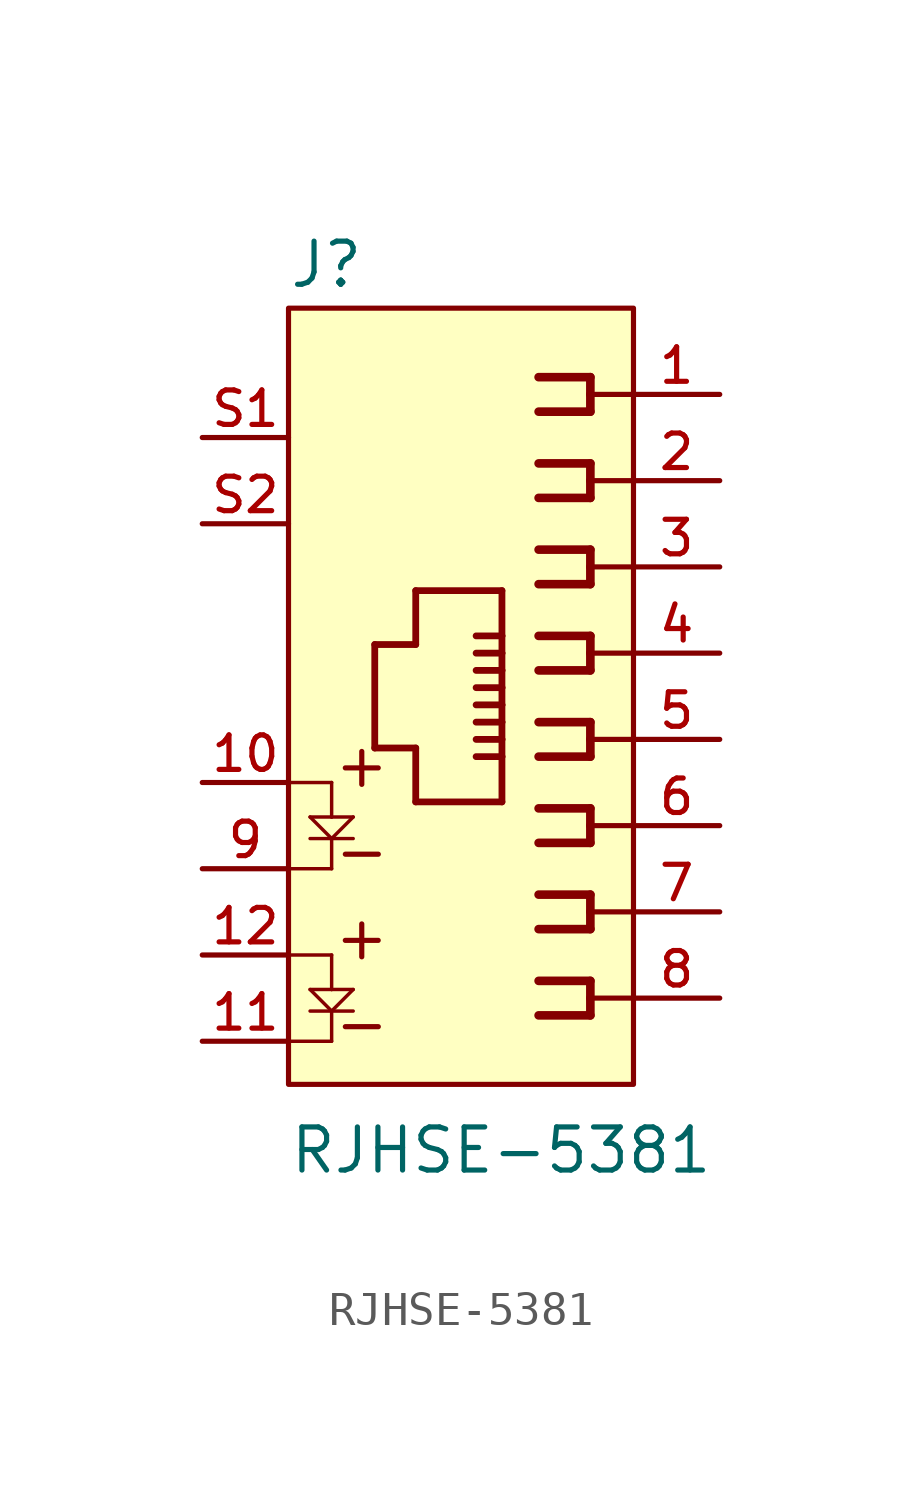
<source format=kicad_sym>
(kicad_symbol_lib
  (version 20220914)
  (generator kicad_symbol_editor)
  (symbol "RJHSE-5381"
    (pin_names
      (offset 1.016))
    (property "Reference" "J"
      (at -5.094 11.971 0)
      (effects (font (size 1.27 1.27)) (justify left bottom)))
    (property "Value" "RJHSE-5381"
      (at -5.087 -14.117 0)
      (effects (font (size 1.27 1.27)) (justify left bottom)))
    (symbol "RJHSE-5381_0_0"
      (rectangle (start -5.08 11.43) (end 5.08 -11.43) (stroke (width 0.152) (type default)) (fill (type background)))
      (polyline (pts (xy -5.08 -10.16) (xy -3.81 -10.16)) (stroke (width 0.102) (type default)) (fill (type none)))
      (polyline (pts (xy -5.08 -7.62) (xy -3.81 -7.62)) (stroke (width 0.102) (type default)) (fill (type none)))
      (polyline (pts (xy -5.08 -5.08) (xy -3.81 -5.08)) (stroke (width 0.102) (type default)) (fill (type none)))
      (polyline (pts (xy -5.08 -2.54) (xy -3.81 -2.54)) (stroke (width 0.102) (type default)) (fill (type none)))
      (polyline (pts (xy -4.445 -9.271) (xy -3.81 -9.271)) (stroke (width 0.102) (type default)) (fill (type none)))
      (polyline (pts (xy -4.445 -8.636) (xy -3.81 -8.636)) (stroke (width 0.102) (type default)) (fill (type none)))
      (polyline (pts (xy -4.445 -4.191) (xy -3.81 -4.191)) (stroke (width 0.102) (type default)) (fill (type none)))
      (polyline (pts (xy -4.445 -3.556) (xy -3.81 -3.556)) (stroke (width 0.102) (type default)) (fill (type none)))
      (polyline (pts (xy -3.81 -10.16) (xy -3.81 -9.271)) (stroke (width 0.102) (type default)) (fill (type none)))
      (polyline (pts (xy -3.81 -9.271) (xy -4.445 -8.636)) (stroke (width 0.102) (type default)) (fill (type none)))
      (polyline (pts (xy -3.81 -9.271) (xy -3.175 -9.271)) (stroke (width 0.102) (type default)) (fill (type none)))
      (polyline (pts (xy -3.81 -8.636) (xy -3.175 -8.636)) (stroke (width 0.102) (type default)) (fill (type none)))
      (polyline (pts (xy -3.81 -7.62) (xy -3.81 -8.636)) (stroke (width 0.102) (type default)) (fill (type none)))
      (polyline (pts (xy -3.81 -5.08) (xy -3.81 -4.191)) (stroke (width 0.102) (type default)) (fill (type none)))
      (polyline (pts (xy -3.81 -4.191) (xy -4.445 -3.556)) (stroke (width 0.102) (type default)) (fill (type none)))
      (polyline (pts (xy -3.81 -4.191) (xy -3.175 -4.191)) (stroke (width 0.102) (type default)) (fill (type none)))
      (polyline (pts (xy -3.81 -3.556) (xy -3.175 -3.556)) (stroke (width 0.102) (type default)) (fill (type none)))
      (polyline (pts (xy -3.81 -2.54) (xy -3.81 -3.556)) (stroke (width 0.102) (type default)) (fill (type none)))
      (polyline (pts (xy -3.175 -8.636) (xy -3.81 -9.271)) (stroke (width 0.102) (type default)) (fill (type none)))
      (polyline (pts (xy -3.175 -3.556) (xy -3.81 -4.191)) (stroke (width 0.102) (type default)) (fill (type none)))
      (polyline (pts (xy -2.54 -1.524) (xy -2.54 1.524)) (stroke (width 0.2) (type default)) (fill (type none)))
      (polyline (pts (xy -2.54 1.524) (xy -1.333 1.524)) (stroke (width 0.2) (type default)) (fill (type none)))
      (polyline (pts (xy -1.333 -3.111) (xy -1.333 -1.524)) (stroke (width 0.2) (type default)) (fill (type none)))
      (polyline (pts (xy -1.333 -1.524) (xy -2.54 -1.524)) (stroke (width 0.2) (type default)) (fill (type none)))
      (polyline (pts (xy -1.333 1.524) (xy -1.333 3.111)) (stroke (width 0.2) (type default)) (fill (type none)))
      (polyline (pts (xy -1.333 3.111) (xy 1.206 3.111)) (stroke (width 0.2) (type default)) (fill (type none)))
      (polyline (pts (xy 1.206 -3.111) (xy -1.333 -3.111)) (stroke (width 0.2) (type default)) (fill (type none)))
      (polyline (pts (xy 1.206 -1.778) (xy 0.445 -1.778)) (stroke (width 0.2) (type default)) (fill (type none)))
      (polyline (pts (xy 1.206 -1.778) (xy 1.206 -3.111)) (stroke (width 0.2) (type default)) (fill (type none)))
      (polyline (pts (xy 1.206 -1.27) (xy 0.445 -1.27)) (stroke (width 0.2) (type default)) (fill (type none)))
      (polyline (pts (xy 1.206 -1.27) (xy 1.206 -1.778)) (stroke (width 0.2) (type default)) (fill (type none)))
      (polyline (pts (xy 1.206 -0.762) (xy 0.445 -0.762)) (stroke (width 0.2) (type default)) (fill (type none)))
      (polyline (pts (xy 1.206 -0.762) (xy 1.206 -1.27)) (stroke (width 0.2) (type default)) (fill (type none)))
      (polyline (pts (xy 1.206 -0.254) (xy 0.445 -0.254)) (stroke (width 0.2) (type default)) (fill (type none)))
      (polyline (pts (xy 1.206 -0.254) (xy 1.206 -0.762)) (stroke (width 0.2) (type default)) (fill (type none)))
      (polyline (pts (xy 1.206 0.254) (xy 0.445 0.254)) (stroke (width 0.2) (type default)) (fill (type none)))
      (polyline (pts (xy 1.206 0.254) (xy 1.206 -0.254)) (stroke (width 0.2) (type default)) (fill (type none)))
      (polyline (pts (xy 1.206 0.762) (xy 0.445 0.762)) (stroke (width 0.2) (type default)) (fill (type none)))
      (polyline (pts (xy 1.206 0.762) (xy 1.206 0.254)) (stroke (width 0.2) (type default)) (fill (type none)))
      (polyline (pts (xy 1.206 1.27) (xy 0.445 1.27)) (stroke (width 0.2) (type default)) (fill (type none)))
      (polyline (pts (xy 1.206 1.27) (xy 1.206 0.762)) (stroke (width 0.2) (type default)) (fill (type none)))
      (polyline (pts (xy 1.206 1.778) (xy 0.445 1.778)) (stroke (width 0.2) (type default)) (fill (type none)))
      (polyline (pts (xy 1.206 1.778) (xy 1.206 1.27)) (stroke (width 0.2) (type default)) (fill (type none)))
      (polyline (pts (xy 1.206 3.111) (xy 1.206 1.778)) (stroke (width 0.2) (type default)) (fill (type none)))
      (polyline (pts (xy 2.286 -8.382) (xy 3.81 -8.382)) (stroke (width 0.254) (type default)) (fill (type none)))
      (polyline (pts (xy 2.286 -5.842) (xy 3.81 -5.842)) (stroke (width 0.254) (type default)) (fill (type none)))
      (polyline (pts (xy 2.286 -3.302) (xy 3.81 -3.302)) (stroke (width 0.254) (type default)) (fill (type none)))
      (polyline (pts (xy 2.286 -0.762) (xy 3.81 -0.762)) (stroke (width 0.254) (type default)) (fill (type none)))
      (polyline (pts (xy 2.286 1.778) (xy 3.81 1.778)) (stroke (width 0.254) (type default)) (fill (type none)))
      (polyline (pts (xy 2.286 4.318) (xy 3.81 4.318)) (stroke (width 0.254) (type default)) (fill (type none)))
      (polyline (pts (xy 2.286 6.858) (xy 3.81 6.858)) (stroke (width 0.254) (type default)) (fill (type none)))
      (polyline (pts (xy 2.286 9.398) (xy 3.81 9.398)) (stroke (width 0.254) (type default)) (fill (type none)))
      (polyline (pts (xy 3.81 -9.398) (xy 2.286 -9.398)) (stroke (width 0.254) (type default)) (fill (type none)))
      (polyline (pts (xy 3.81 -8.89) (xy 3.81 -9.398)) (stroke (width 0.254) (type default)) (fill (type none)))
      (polyline (pts (xy 3.81 -8.89) (xy 5.08 -8.89)) (stroke (width 0.152) (type default)) (fill (type none)))
      (polyline (pts (xy 3.81 -8.382) (xy 3.81 -8.89)) (stroke (width 0.254) (type default)) (fill (type none)))
      (polyline (pts (xy 3.81 -6.858) (xy 2.286 -6.858)) (stroke (width 0.254) (type default)) (fill (type none)))
      (polyline (pts (xy 3.81 -6.35) (xy 3.81 -6.858)) (stroke (width 0.254) (type default)) (fill (type none)))
      (polyline (pts (xy 3.81 -6.35) (xy 5.08 -6.35)) (stroke (width 0.152) (type default)) (fill (type none)))
      (polyline (pts (xy 3.81 -5.842) (xy 3.81 -6.35)) (stroke (width 0.254) (type default)) (fill (type none)))
      (polyline (pts (xy 3.81 -4.318) (xy 2.286 -4.318)) (stroke (width 0.254) (type default)) (fill (type none)))
      (polyline (pts (xy 3.81 -3.81) (xy 3.81 -4.318)) (stroke (width 0.254) (type default)) (fill (type none)))
      (polyline (pts (xy 3.81 -3.81) (xy 5.08 -3.81)) (stroke (width 0.152) (type default)) (fill (type none)))
      (polyline (pts (xy 3.81 -3.302) (xy 3.81 -3.81)) (stroke (width 0.254) (type default)) (fill (type none)))
      (polyline (pts (xy 3.81 -1.778) (xy 2.286 -1.778)) (stroke (width 0.254) (type default)) (fill (type none)))
      (polyline (pts (xy 3.81 -1.27) (xy 3.81 -1.778)) (stroke (width 0.254) (type default)) (fill (type none)))
      (polyline (pts (xy 3.81 -1.27) (xy 5.08 -1.27)) (stroke (width 0.152) (type default)) (fill (type none)))
      (polyline (pts (xy 3.81 -0.762) (xy 3.81 -1.27)) (stroke (width 0.254) (type default)) (fill (type none)))
      (polyline (pts (xy 3.81 0.762) (xy 2.286 0.762)) (stroke (width 0.254) (type default)) (fill (type none)))
      (polyline (pts (xy 3.81 1.27) (xy 3.81 0.762)) (stroke (width 0.254) (type default)) (fill (type none)))
      (polyline (pts (xy 3.81 1.27) (xy 5.08 1.27)) (stroke (width 0.152) (type default)) (fill (type none)))
      (polyline (pts (xy 3.81 1.778) (xy 3.81 1.27)) (stroke (width 0.254) (type default)) (fill (type none)))
      (polyline (pts (xy 3.81 3.302) (xy 2.286 3.302)) (stroke (width 0.254) (type default)) (fill (type none)))
      (polyline (pts (xy 3.81 3.81) (xy 3.81 3.302)) (stroke (width 0.254) (type default)) (fill (type none)))
      (polyline (pts (xy 3.81 3.81) (xy 5.08 3.81)) (stroke (width 0.152) (type default)) (fill (type none)))
      (polyline (pts (xy 3.81 4.318) (xy 3.81 3.81)) (stroke (width 0.254) (type default)) (fill (type none)))
      (polyline (pts (xy 3.81 5.842) (xy 2.286 5.842)) (stroke (width 0.254) (type default)) (fill (type none)))
      (polyline (pts (xy 3.81 6.35) (xy 3.81 5.842)) (stroke (width 0.254) (type default)) (fill (type none)))
      (polyline (pts (xy 3.81 6.35) (xy 5.08 6.35)) (stroke (width 0.152) (type default)) (fill (type none)))
      (polyline (pts (xy 3.81 6.858) (xy 3.81 6.35)) (stroke (width 0.254) (type default)) (fill (type none)))
      (polyline (pts (xy 3.81 8.382) (xy 2.286 8.382)) (stroke (width 0.254) (type default)) (fill (type none)))
      (polyline (pts (xy 3.81 8.89) (xy 3.81 8.382)) (stroke (width 0.254) (type default)) (fill (type none)))
      (polyline (pts (xy 3.81 8.89) (xy 5.08 8.89)) (stroke (width 0.152) (type default)) (fill (type none)))
      (polyline (pts (xy 3.81 9.398) (xy 3.81 8.89)) (stroke (width 0.254) (type default)) (fill (type none)))
      (text "+" (at -3.81 -6.35 0) (effects (font (size 1.271 1.271)) (justify left top)))
      (text "+" (at -3.81 -1.27 0) (effects (font (size 1.272 1.272)) (justify left top)))
      (text "-" (at -3.81 -8.89 0) (effects (font (size 1.274 1.274)) (justify left top)))
      (text "-" (at -3.81 -3.81 0) (effects (font (size 1.274 1.274)) (justify left top)))
      (pin passive line (at 7.62 8.89 180) (length 2.54) (name "~" (effects (font (size 1.016 1.016)))) (number "1" (effects (font (size 1.016 1.016)))))
      (pin passive line (at -7.62 -2.54 0) (length 2.54) (name "~" (effects (font (size 1.016 1.016)))) (number "10" (effects (font (size 1.016 1.016)))))
      (pin passive line (at -7.62 -10.16 0) (length 2.54) (name "~" (effects (font (size 1.016 1.016)))) (number "11" (effects (font (size 1.016 1.016)))))
      (pin passive line (at -7.62 -7.62 0) (length 2.54) (name "~" (effects (font (size 1.016 1.016)))) (number "12" (effects (font (size 1.016 1.016)))))
      (pin passive line (at 7.62 6.35 180) (length 2.54) (name "~" (effects (font (size 1.016 1.016)))) (number "2" (effects (font (size 1.016 1.016)))))
      (pin passive line (at 7.62 3.81 180) (length 2.54) (name "~" (effects (font (size 1.016 1.016)))) (number "3" (effects (font (size 1.016 1.016)))))
      (pin passive line (at 7.62 1.27 180) (length 2.54) (name "~" (effects (font (size 1.016 1.016)))) (number "4" (effects (font (size 1.016 1.016)))))
      (pin passive line (at 7.62 -1.27 180) (length 2.54) (name "~" (effects (font (size 1.016 1.016)))) (number "5" (effects (font (size 1.016 1.016)))))
      (pin passive line (at 7.62 -3.81 180) (length 2.54) (name "~" (effects (font (size 1.016 1.016)))) (number "6" (effects (font (size 1.016 1.016)))))
      (pin passive line (at 7.62 -6.35 180) (length 2.54) (name "~" (effects (font (size 1.016 1.016)))) (number "7" (effects (font (size 1.016 1.016)))))
      (pin passive line (at 7.62 -8.89 180) (length 2.54) (name "~" (effects (font (size 1.016 1.016)))) (number "8" (effects (font (size 1.016 1.016)))))
      (pin passive line (at -7.62 -5.08 0) (length 2.54) (name "~" (effects (font (size 1.016 1.016)))) (number "9" (effects (font (size 1.016 1.016)))))
      (pin passive line (at -7.62 7.62 0) (length 2.54) (name "~" (effects (font (size 1.016 1.016)))) (number "S1" (effects (font (size 1.016 1.016)))))
      (pin passive line (at -7.62 5.08 0) (length 2.54) (name "~" (effects (font (size 1.016 1.016)))) (number "S2" (effects (font (size 1.016 1.016))))))))
</source>
